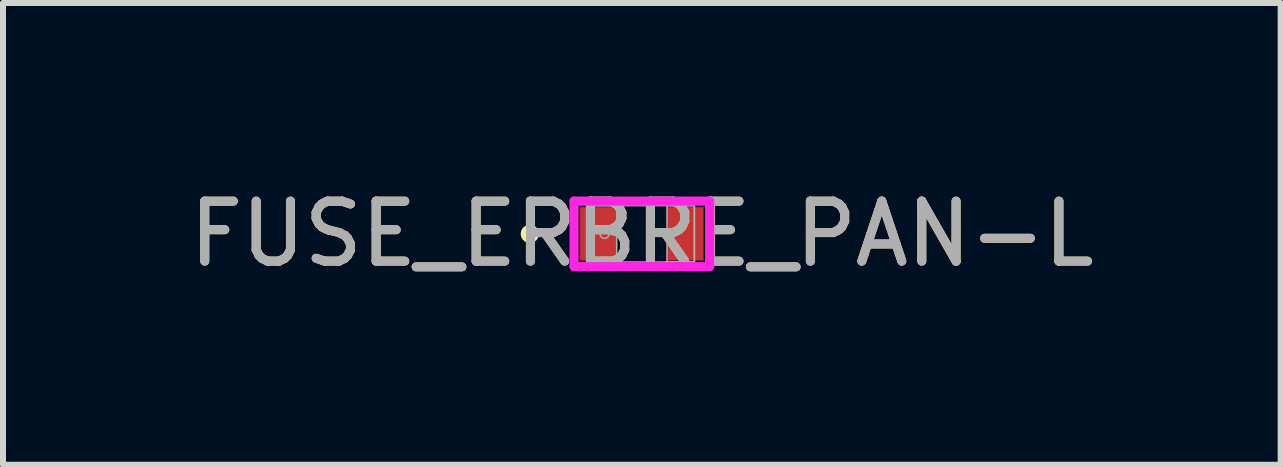
<source format=kicad_pcb>
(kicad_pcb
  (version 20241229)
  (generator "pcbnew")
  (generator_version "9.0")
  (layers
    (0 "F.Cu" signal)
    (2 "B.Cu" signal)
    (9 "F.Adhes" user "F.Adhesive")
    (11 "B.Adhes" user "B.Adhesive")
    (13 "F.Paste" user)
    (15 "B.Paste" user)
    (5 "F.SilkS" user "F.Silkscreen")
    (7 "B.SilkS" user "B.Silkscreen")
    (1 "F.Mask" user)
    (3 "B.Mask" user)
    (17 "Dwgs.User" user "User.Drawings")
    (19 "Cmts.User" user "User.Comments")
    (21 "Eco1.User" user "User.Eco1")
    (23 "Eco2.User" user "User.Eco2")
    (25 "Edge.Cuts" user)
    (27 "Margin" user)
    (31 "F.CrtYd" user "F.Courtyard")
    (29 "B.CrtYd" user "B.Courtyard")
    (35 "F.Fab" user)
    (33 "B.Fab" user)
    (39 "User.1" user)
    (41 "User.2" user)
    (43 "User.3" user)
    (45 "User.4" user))
  (footprint "FUSE_ERBRE_PAN-L"
    (layer "F.Cu")
    (at 7.649 0.848)
    (property "Reference" "FUSE_ERBRE_PAN-L" (at 0 0 0) (unlocked yes) (layer "F.SilkS") (effects (font (size 1 1) (thickness 0.15))))
    (attr smd)
    (fp_circle (center -1.867 0) (end -1.791 0) (stroke (width 0.152) (type solid)) (fill no) (layer "F.SilkS"))
    (fp_line (start -1.13 -0.546) (end 1.13 -0.546) (stroke (width 0.152) (type solid)) (layer "F.CrtYd"))
    (fp_line (start -1.13 0.546) (end -1.13 -0.546) (stroke (width 0.152) (type solid)) (layer "F.CrtYd"))
    (fp_line (start 1.13 -0.546) (end 1.13 0.546) (stroke (width 0.152) (type solid)) (layer "F.CrtYd"))
    (fp_line (start 1.13 0.546) (end -1.13 0.546) (stroke (width 0.152) (type solid)) (layer "F.CrtYd"))
    (fp_line (start -0.876 -0.47) (end -0.876 0.47) (stroke (width 0.025) (type solid)) (layer "F.Fab"))
    (fp_line (start -0.876 -0.47) (end -0.876 0.47) (stroke (width 0.025) (type solid)) (layer "F.Fab"))
    (fp_line (start -0.876 0.47) (end -0.419 0.47) (stroke (width 0.025) (type solid)) (layer "F.Fab"))
    (fp_line (start -0.876 0.47) (end 0.876 0.47) (stroke (width 0.025) (type solid)) (layer "F.Fab"))
    (fp_line (start -0.419 -0.47) (end -0.876 -0.47) (stroke (width 0.025) (type solid)) (layer "F.Fab"))
    (fp_line (start -0.419 0.47) (end -0.419 -0.47) (stroke (width 0.025) (type solid)) (layer "F.Fab"))
    (fp_line (start 0.419 -0.47) (end 0.419 0.47) (stroke (width 0.025) (type solid)) (layer "F.Fab"))
    (fp_line (start 0.419 0.47) (end 0.876 0.47) (stroke (width 0.025) (type solid)) (layer "F.Fab"))
    (fp_line (start 0.876 -0.47) (end -0.876 -0.47) (stroke (width 0.025) (type solid)) (layer "F.Fab"))
    (fp_line (start 0.876 -0.47) (end 0.419 -0.47) (stroke (width 0.025) (type solid)) (layer "F.Fab"))
    (fp_line (start 0.876 0.47) (end 0.876 -0.47) (stroke (width 0.025) (type solid)) (layer "F.Fab"))
    (fp_line (start 0.876 0.47) (end 0.876 -0.47) (stroke (width 0.025) (type solid)) (layer "F.Fab"))
    (fp_circle (center -0.622 0) (end -0.546 0) (stroke (width 0.025) (type solid)) (fill no) (layer "F.Fab"))
    (fp_text user "${REFERENCE}" (at 0 0 0) (unlocked yes) (layer "F.Fab") (effects (font (size 1 1) (thickness 0.15))))
    (pad "1" smd rect (at -0.724 0) (size 0.61 0.889) (layers "F.Cu" "F.Mask" "F.Paste"))
    (pad "2" smd rect (at 0.724 0) (size 0.61 0.889) (layers "F.Cu" "F.Mask" "F.Paste"))
    (zone (net_name "") (layer "F.Cu") (hatch full 0.508) (connect_pads) (min_thickness 0.254) (filled_areas_thickness no) (keepout (tracks not_allowed) (vias not_allowed) (pads allowed) (copperpour not_allowed) (footprints allowed)) (placement (enabled no)) (fill) (polygon (pts (xy 7.281 0.429) (xy 8.017 0.429) (xy 8.017 1.267) (xy 7.281 1.267)))))
  (gr_rect
    (start -3 -3)
    (end 18.298 4.697)
    (stroke (width 0.1) (type default))
    (fill no)
    (layer "Edge.Cuts")))
</source>
